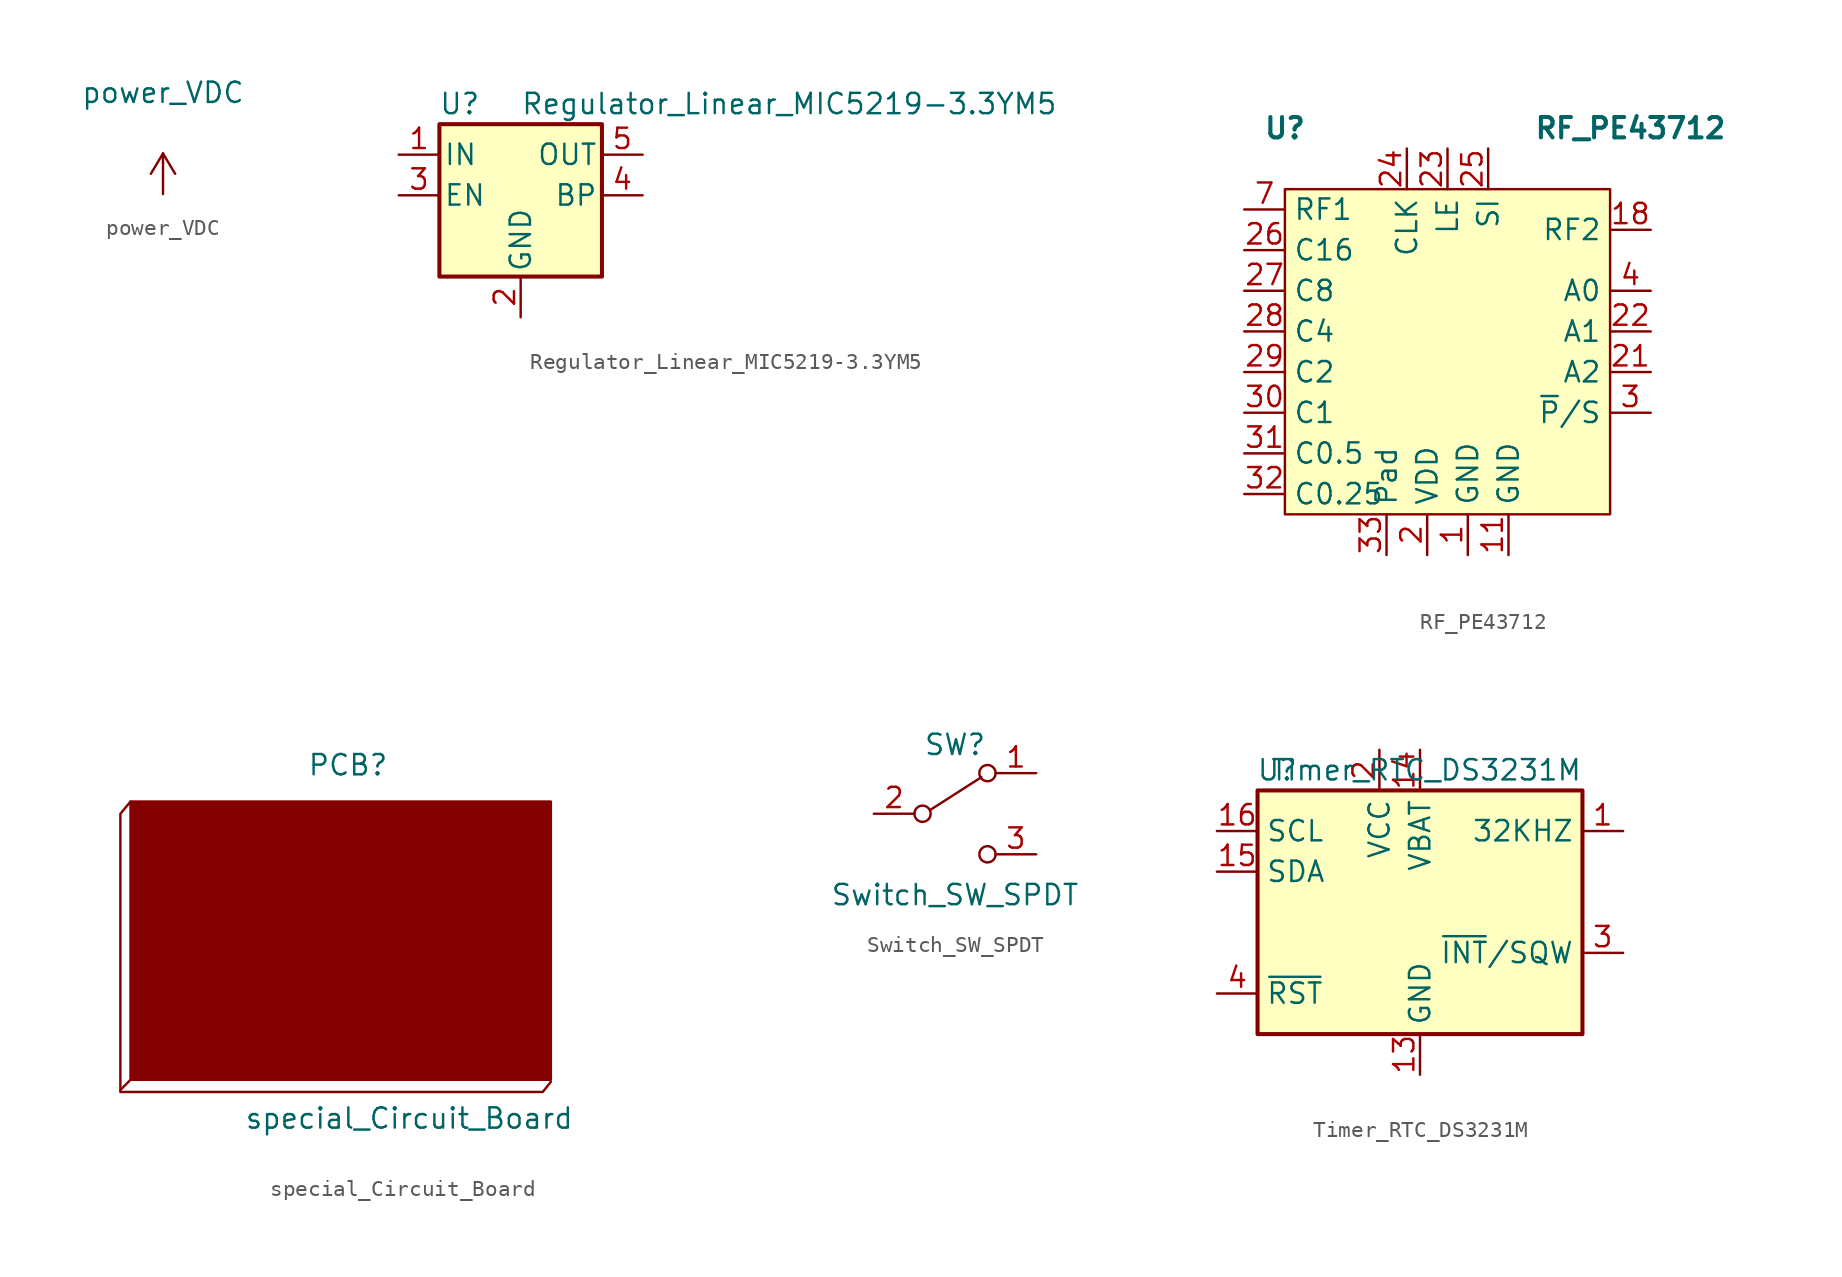
<source format=kicad_sym>
(kicad_symbol_lib
  (version 20211014)
  (generator kicad_symbol_editor)
  (symbol "power_VDC"
    (power)
    (pin_names
      (offset 0))
    (property "Reference" "#PWR"
      (at 0 -2.54 0)
      (effects (font (size 1.27 1.27)) hide))
    (property "Value" "power_VDC"
      (at 0 6.35 0)
      (effects (font (size 1.27 1.27))))
    (symbol "power_VDC_0_1"
      (polyline (pts (xy -0.762 1.27) (xy 0 2.54)) (stroke (width 0) (type default) (color 0 0 0 0)) (fill (type none)))
      (polyline (pts (xy 0 0) (xy 0 2.54)) (stroke (width 0) (type default) (color 0 0 0 0)) (fill (type none)))
      (polyline (pts (xy 0 2.54) (xy 0.762 1.27)) (stroke (width 0) (type default) (color 0 0 0 0)) (fill (type none))))
    (symbol "power_VDC_1_1"
      (pin power_in line (at 0 0 90) (length 0) hide (name "VDC" (effects (font (size 1.27 1.27)))) (number "1" (effects (font (size 1.27 1.27)))))))
  (symbol "Regulator_Linear_MIC5219-3.3YM5"
    (pin_names
      (offset 0.254))
    (property "Reference" "U"
      (at -3.81 5.715 0)
      (effects (font (size 1.27 1.27))))
    (property "Value" "Regulator_Linear_MIC5219-3.3YM5"
      (at 0 5.715 0)
      (effects (font (size 1.27 1.27)) (justify left)))
    (symbol "Regulator_Linear_MIC5219-3.3YM5_0_1"
      (rectangle (start -5.08 4.445) (end 5.08 -5.08) (stroke (width 0.254) (type default) (color 0 0 0 0)) (fill (type background))))
    (symbol "Regulator_Linear_MIC5219-3.3YM5_1_1"
      (pin power_in line (at -7.62 2.54 0) (length 2.54) (name "IN" (effects (font (size 1.27 1.27)))) (number "1" (effects (font (size 1.27 1.27)))))
      (pin power_in line (at 0 -7.62 90) (length 2.54) (name "GND" (effects (font (size 1.27 1.27)))) (number "2" (effects (font (size 1.27 1.27)))))
      (pin input line (at -7.62 0 0) (length 2.54) (name "EN" (effects (font (size 1.27 1.27)))) (number "3" (effects (font (size 1.27 1.27)))))
      (pin input line (at 7.62 0 180) (length 2.54) (name "BP" (effects (font (size 1.27 1.27)))) (number "4" (effects (font (size 1.27 1.27)))))
      (pin power_out line (at 7.62 2.54 180) (length 2.54) (name "OUT" (effects (font (size 1.27 1.27)))) (number "5" (effects (font (size 1.27 1.27)))))))
  (symbol "RF_PE43712"
    (property "Reference" "U"
      (at -10.16 12.7 0)
      (effects (font (size 1.27 1.27) bold)))
    (property "Value" "RF_PE43712"
      (at 11.43 12.7 0)
      (effects (font (size 1.27 1.27) bold)))
    (symbol "RF_PE43712_0_1"
      (rectangle (start -10.16 8.89) (end 10.16 -11.43) (stroke (width 0) (type default) (color 0 0 0 0)) (fill (type background))))
    (symbol "RF_PE43712_1_1"
      (pin power_in line (at 1.27 -13.97 90) (length 2.54) (name "GND" (effects (font (size 1.27 1.27)))) (number "1" (effects (font (size 1.27 1.27)))))
      (pin passive line (at -8.89 -11.43 90) (length 0) hide (name "GND" (effects (font (size 1.27 1.27)))) (number "10" (effects (font (size 1.27 1.27)))))
      (pin passive line (at 3.81 -13.97 90) (length 2.54) (name "GND" (effects (font (size 1.27 1.27)))) (number "11" (effects (font (size 1.27 1.27)))))
      (pin passive line (at 7.62 -11.43 90) (length 0) hide (name "GND" (effects (font (size 1.27 1.27)))) (number "12" (effects (font (size 1.27 1.27)))))
      (pin passive line (at 10.16 -10.16 180) (length 0) hide (name "GND" (effects (font (size 1.27 1.27)))) (number "13" (effects (font (size 1.27 1.27)))))
      (pin passive line (at 10.16 -8.89 180) (length 0) hide (name "GND" (effects (font (size 1.27 1.27)))) (number "14" (effects (font (size 1.27 1.27)))))
      (pin passive line (at 10.16 -7.62 180) (length 0) hide (name "GND" (effects (font (size 1.27 1.27)))) (number "15" (effects (font (size 1.27 1.27)))))
      (pin passive line (at -8.89 8.89 270) (length 0) hide (name "GND" (effects (font (size 1.27 1.27)))) (number "16" (effects (font (size 1.27 1.27)))))
      (pin passive line (at -7.62 8.89 270) (length 0) hide (name "GND" (effects (font (size 1.27 1.27)))) (number "17" (effects (font (size 1.27 1.27)))))
      (pin passive line (at 12.7 6.35 180) (length 2.54) (name "RF2" (effects (font (size 1.27 1.27)))) (number "18" (effects (font (size 1.27 1.27)))))
      (pin passive line (at -6.35 8.89 270) (length 0) hide (name "GND" (effects (font (size 1.27 1.27)))) (number "19" (effects (font (size 1.27 1.27)))))
      (pin power_in line (at -1.27 -13.97 90) (length 2.54) (name "VDD" (effects (font (size 1.27 1.27)))) (number "2" (effects (font (size 1.27 1.27)))))
      (pin passive line (at -5.08 8.89 270) (length 0) hide (name "GND" (effects (font (size 1.27 1.27)))) (number "20" (effects (font (size 1.27 1.27)))))
      (pin passive line (at 12.7 -2.54 180) (length 2.54) (name "A2" (effects (font (size 1.27 1.27)))) (number "21" (effects (font (size 1.27 1.27)))))
      (pin passive line (at 12.7 0 180) (length 2.54) (name "A1" (effects (font (size 1.27 1.27)))) (number "22" (effects (font (size 1.27 1.27)))))
      (pin passive line (at 0 11.43 270) (length 2.54) (name "LE" (effects (font (size 1.27 1.27)))) (number "23" (effects (font (size 1.27 1.27)))))
      (pin input line (at -2.54 11.43 270) (length 2.54) (name "CLK" (effects (font (size 1.27 1.27)))) (number "24" (effects (font (size 1.27 1.27)))))
      (pin input line (at 2.54 11.43 270) (length 2.54) (name "SI" (effects (font (size 1.27 1.27)))) (number "25" (effects (font (size 1.27 1.27)))))
      (pin input line (at -12.7 5.08 0) (length 2.54) (name "C16" (effects (font (size 1.27 1.27)))) (number "26" (effects (font (size 1.27 1.27)))))
      (pin input line (at -12.7 2.54 0) (length 2.54) (name "C8" (effects (font (size 1.27 1.27)))) (number "27" (effects (font (size 1.27 1.27)))))
      (pin input line (at -12.7 0 0) (length 2.54) (name "C4" (effects (font (size 1.27 1.27)))) (number "28" (effects (font (size 1.27 1.27)))))
      (pin input line (at -12.7 -2.54 0) (length 2.54) (name "C2" (effects (font (size 1.27 1.27)))) (number "29" (effects (font (size 1.27 1.27)))))
      (pin passive line (at 12.7 -5.08 180) (length 2.54) (name "~{P}/S" (effects (font (size 1.27 1.27)))) (number "3" (effects (font (size 1.27 1.27)))))
      (pin input line (at -12.7 -5.08 0) (length 2.54) (name "C1" (effects (font (size 1.27 1.27)))) (number "30" (effects (font (size 1.27 1.27)))))
      (pin input line (at -12.7 -7.62 0) (length 2.54) (name "C0.5" (effects (font (size 1.27 1.27)))) (number "31" (effects (font (size 1.27 1.27)))))
      (pin input line (at -12.7 -10.16 0) (length 2.54) (name "C0.25" (effects (font (size 1.27 1.27)))) (number "32" (effects (font (size 1.27 1.27)))))
      (pin passive line (at -3.81 -13.97 90) (length 2.54) (name "Pad" (effects (font (size 1.27 1.27)))) (number "33" (effects (font (size 1.27 1.27)))))
      (pin passive line (at 12.7 2.54 180) (length 2.54) (name "A0" (effects (font (size 1.27 1.27)))) (number "4" (effects (font (size 1.27 1.27)))))
      (pin passive line (at -7.62 -11.43 90) (length 0) hide (name "GND" (effects (font (size 1.27 1.27)))) (number "5" (effects (font (size 1.27 1.27)))))
      (pin passive line (at -6.35 -11.43 90) (length 0) hide (name "GND" (effects (font (size 1.27 1.27)))) (number "6" (effects (font (size 1.27 1.27)))))
      (pin passive line (at -12.7 7.62 0) (length 2.54) (name "RF1" (effects (font (size 1.27 1.27)))) (number "7" (effects (font (size 1.27 1.27)))))
      (pin passive line (at 5.08 -11.43 90) (length 0) hide (name "GND" (effects (font (size 1.27 1.27)))) (number "8" (effects (font (size 1.27 1.27)))))
      (pin passive line (at 6.35 -11.43 90) (length 0) hide (name "GND" (effects (font (size 1.27 1.27)))) (number "9" (effects (font (size 1.27 1.27)))))))
  (symbol "special_Circuit_Board"
    (pin_numbers hide)
    (pin_names
      (offset 0.254) hide)
    (property "Reference" "PCB"
      (at -2.032 10.795 0)
      (effects (font (size 1.27 1.27)) (justify left)))
    (property "Value" "special_Circuit_Board"
      (at -5.969 -11.303 0)
      (effects (font (size 1.27 1.27)) (justify left)))
    (property "Footprint" ""
      (at 21.336 4.064 0)
      (effects (font (size 1.27 1.27))))
    (property "Datasheet" ""
      (at 21.336 4.064 0)
      (effects (font (size 1.27 1.27))))
    (symbol "special_Circuit_Board_0_1"
      (rectangle (start -13.081 -8.89) (end 13.208 8.509) (stroke (width 0) (type default) (color 0 0 0 0)) (fill (type outline)))
      (polyline (pts (xy -13.716 -9.525) (xy -13.081 -8.89)) (stroke (width 0) (type default) (color 0 0 0 0)) (fill (type none)))
      (polyline (pts (xy -13.081 8.509) (xy -13.716 7.747) (xy -13.716 -9.652) (xy 12.7 -9.652) (xy 13.208 -9.017)) (stroke (width 0) (type default) (color 0 0 0 0)) (fill (type none)))))
  (symbol "Switch_SW_SPDT"
    (pin_names
      (offset 0) hide)
    (property "Reference" "SW"
      (at 0 4.318 0)
      (effects (font (size 1.27 1.27))))
    (property "Value" "Switch_SW_SPDT"
      (at 0 -5.08 0)
      (effects (font (size 1.27 1.27))))
    (symbol "Switch_SW_SPDT_0_0"
      (circle (center -2.032 0) (radius 0.508) (stroke (width 0) (type default) (color 0 0 0 0)) (fill (type none)))
      (circle (center 2.032 -2.54) (radius 0.508) (stroke (width 0) (type default) (color 0 0 0 0)) (fill (type none))))
    (symbol "Switch_SW_SPDT_0_1"
      (polyline (pts (xy -1.524 0.254) (xy 1.651 2.286)) (stroke (width 0) (type default) (color 0 0 0 0)) (fill (type none)))
      (circle (center 2.032 2.54) (radius 0.508) (stroke (width 0) (type default) (color 0 0 0 0)) (fill (type none))))
    (symbol "Switch_SW_SPDT_1_1"
      (pin passive line (at 5.08 2.54 180) (length 2.54) (name "A" (effects (font (size 1.27 1.27)))) (number "1" (effects (font (size 1.27 1.27)))))
      (pin passive line (at -5.08 0 0) (length 2.54) (name "B" (effects (font (size 1.27 1.27)))) (number "2" (effects (font (size 1.27 1.27)))))
      (pin passive line (at 5.08 -2.54 180) (length 2.54) (name "C" (effects (font (size 1.27 1.27)))) (number "3" (effects (font (size 1.27 1.27)))))))
  (symbol "Timer_RTC_DS3231M"
    (property "Reference" "U"
      (at -7.62 8.89 0)
      (effects (font (size 1.27 1.27)) (justify right)))
    (property "Value" "Timer_RTC_DS3231M"
      (at 10.16 8.89 0)
      (effects (font (size 1.27 1.27)) (justify right)))
    (symbol "Timer_RTC_DS3231M_0_1"
      (rectangle (start -10.16 7.62) (end 10.16 -7.62) (stroke (width 0.254) (type default) (color 0 0 0 0)) (fill (type background))))
    (symbol "Timer_RTC_DS3231M_1_1"
      (pin open_collector line (at 12.7 5.08 180) (length 2.54) (name "32KHZ" (effects (font (size 1.27 1.27)))) (number "1" (effects (font (size 1.27 1.27)))))
      (pin passive line (at 0 -10.16 90) (length 2.54) hide (name "GND" (effects (font (size 1.27 1.27)))) (number "10" (effects (font (size 1.27 1.27)))))
      (pin passive line (at 0 -10.16 90) (length 2.54) hide (name "GND" (effects (font (size 1.27 1.27)))) (number "11" (effects (font (size 1.27 1.27)))))
      (pin passive line (at 0 -10.16 90) (length 2.54) hide (name "GND" (effects (font (size 1.27 1.27)))) (number "12" (effects (font (size 1.27 1.27)))))
      (pin power_in line (at 0 -10.16 90) (length 2.54) (name "GND" (effects (font (size 1.27 1.27)))) (number "13" (effects (font (size 1.27 1.27)))))
      (pin power_in line (at 0 10.16 270) (length 2.54) (name "VBAT" (effects (font (size 1.27 1.27)))) (number "14" (effects (font (size 1.27 1.27)))))
      (pin bidirectional line (at -12.7 2.54 0) (length 2.54) (name "SDA" (effects (font (size 1.27 1.27)))) (number "15" (effects (font (size 1.27 1.27)))))
      (pin input line (at -12.7 5.08 0) (length 2.54) (name "SCL" (effects (font (size 1.27 1.27)))) (number "16" (effects (font (size 1.27 1.27)))))
      (pin power_in line (at -2.54 10.16 270) (length 2.54) (name "VCC" (effects (font (size 1.27 1.27)))) (number "2" (effects (font (size 1.27 1.27)))))
      (pin open_collector line (at 12.7 -2.54 180) (length 2.54) (name "~{INT}/SQW" (effects (font (size 1.27 1.27)))) (number "3" (effects (font (size 1.27 1.27)))))
      (pin bidirectional line (at -12.7 -5.08 0) (length 2.54) (name "~{RST}" (effects (font (size 1.27 1.27)))) (number "4" (effects (font (size 1.27 1.27)))))
      (pin passive line (at 0 -10.16 90) (length 2.54) hide (name "GND" (effects (font (size 1.27 1.27)))) (number "5" (effects (font (size 1.27 1.27)))))
      (pin passive line (at 0 -10.16 90) (length 2.54) hide (name "GND" (effects (font (size 1.27 1.27)))) (number "6" (effects (font (size 1.27 1.27)))))
      (pin passive line (at 0 -10.16 90) (length 2.54) hide (name "GND" (effects (font (size 1.27 1.27)))) (number "7" (effects (font (size 1.27 1.27)))))
      (pin passive line (at 0 -10.16 90) (length 2.54) hide (name "GND" (effects (font (size 1.27 1.27)))) (number "8" (effects (font (size 1.27 1.27)))))
      (pin passive line (at 0 -10.16 90) (length 2.54) hide (name "GND" (effects (font (size 1.27 1.27)))) (number "9" (effects (font (size 1.27 1.27))))))))
</source>
